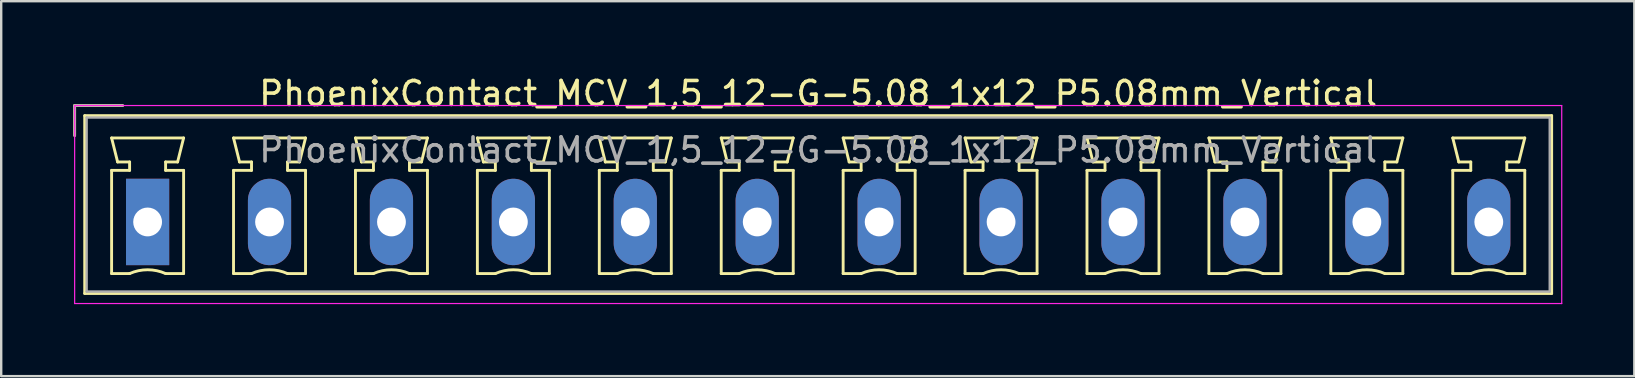
<source format=kicad_pcb>
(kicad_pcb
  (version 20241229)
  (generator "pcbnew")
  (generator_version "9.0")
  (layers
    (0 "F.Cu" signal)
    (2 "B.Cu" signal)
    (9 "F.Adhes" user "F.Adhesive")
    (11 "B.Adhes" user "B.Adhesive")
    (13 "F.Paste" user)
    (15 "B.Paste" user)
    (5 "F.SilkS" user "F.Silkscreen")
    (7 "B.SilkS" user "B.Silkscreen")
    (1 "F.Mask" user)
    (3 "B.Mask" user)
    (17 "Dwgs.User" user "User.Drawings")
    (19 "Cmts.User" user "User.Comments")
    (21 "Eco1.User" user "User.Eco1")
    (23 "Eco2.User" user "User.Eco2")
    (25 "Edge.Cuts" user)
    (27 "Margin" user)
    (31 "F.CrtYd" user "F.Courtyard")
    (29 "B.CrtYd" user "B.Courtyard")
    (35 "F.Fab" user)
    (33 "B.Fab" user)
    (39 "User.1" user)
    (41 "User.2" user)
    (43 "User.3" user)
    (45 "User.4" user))
  (footprint "PhoenixContact_MCV_1,5_12-G-5.08_1x12_P5.08mm_Vertical"
    (layer "F.Cu")
    (at 3.1 6.198)
    (property "Reference" "PhoenixContact_MCV_1,5_12-G-5.08_1x12_P5.08mm_Vertical" (at 27.94 -5.35 0) (layer "F.SilkS") (effects (font (size 1 1) (thickness 0.15))))
    (attr through_hole)
    (fp_line (start -3.04 -4.85) (end -1.04 -4.85) (stroke (width 0.12) (type solid)) (layer "F.SilkS"))
    (fp_line (start -3.04 -3.6) (end -3.04 -4.85) (stroke (width 0.12) (type solid)) (layer "F.SilkS"))
    (fp_line (start -2.62 -4.43) (end -2.62 2.98) (stroke (width 0.12) (type solid)) (layer "F.SilkS"))
    (fp_line (start -2.62 2.98) (end 58.5 2.98) (stroke (width 0.12) (type solid)) (layer "F.SilkS"))
    (fp_line (start -1.5 -3.5) (end 1.5 -3.5) (stroke (width 0.12) (type solid)) (layer "F.SilkS"))
    (fp_line (start -1.5 -2.15) (end -0.75 -2.15) (stroke (width 0.12) (type solid)) (layer "F.SilkS"))
    (fp_line (start -1.5 2.15) (end -1.5 -2.15) (stroke (width 0.12) (type solid)) (layer "F.SilkS"))
    (fp_line (start -1.25 -2.5) (end -1.5 -3.5) (stroke (width 0.12) (type solid)) (layer "F.SilkS"))
    (fp_line (start -0.75 -2.5) (end -1.25 -2.5) (stroke (width 0.12) (type solid)) (layer "F.SilkS"))
    (fp_line (start -0.75 -2.15) (end -0.75 -2.5) (stroke (width 0.12) (type solid)) (layer "F.SilkS"))
    (fp_line (start -0.75 2.15) (end -1.5 2.15) (stroke (width 0.12) (type solid)) (layer "F.SilkS"))
    (fp_line (start 0.75 -2.5) (end 0.75 -2.15) (stroke (width 0.12) (type solid)) (layer "F.SilkS"))
    (fp_line (start 0.75 -2.15) (end 1.5 -2.15) (stroke (width 0.12) (type solid)) (layer "F.SilkS"))
    (fp_line (start 1.25 -2.5) (end 0.75 -2.5) (stroke (width 0.12) (type solid)) (layer "F.SilkS"))
    (fp_line (start 1.5 -3.5) (end 1.25 -2.5) (stroke (width 0.12) (type solid)) (layer "F.SilkS"))
    (fp_line (start 1.5 -2.15) (end 1.5 2.15) (stroke (width 0.12) (type solid)) (layer "F.SilkS"))
    (fp_line (start 1.5 2.15) (end 0.75 2.15) (stroke (width 0.12) (type solid)) (layer "F.SilkS"))
    (fp_line (start 3.58 -3.5) (end 6.58 -3.5) (stroke (width 0.12) (type solid)) (layer "F.SilkS"))
    (fp_line (start 3.58 -2.15) (end 4.33 -2.15) (stroke (width 0.12) (type solid)) (layer "F.SilkS"))
    (fp_line (start 3.58 2.15) (end 3.58 -2.15) (stroke (width 0.12) (type solid)) (layer "F.SilkS"))
    (fp_line (start 3.83 -2.5) (end 3.58 -3.5) (stroke (width 0.12) (type solid)) (layer "F.SilkS"))
    (fp_line (start 4.33 -2.5) (end 3.83 -2.5) (stroke (width 0.12) (type solid)) (layer "F.SilkS"))
    (fp_line (start 4.33 -2.15) (end 4.33 -2.5) (stroke (width 0.12) (type solid)) (layer "F.SilkS"))
    (fp_line (start 4.33 2.15) (end 3.58 2.15) (stroke (width 0.12) (type solid)) (layer "F.SilkS"))
    (fp_line (start 5.83 -2.5) (end 5.83 -2.15) (stroke (width 0.12) (type solid)) (layer "F.SilkS"))
    (fp_line (start 5.83 -2.15) (end 6.58 -2.15) (stroke (width 0.12) (type solid)) (layer "F.SilkS"))
    (fp_line (start 6.33 -2.5) (end 5.83 -2.5) (stroke (width 0.12) (type solid)) (layer "F.SilkS"))
    (fp_line (start 6.58 -3.5) (end 6.33 -2.5) (stroke (width 0.12) (type solid)) (layer "F.SilkS"))
    (fp_line (start 6.58 -2.15) (end 6.58 2.15) (stroke (width 0.12) (type solid)) (layer "F.SilkS"))
    (fp_line (start 6.58 2.15) (end 5.83 2.15) (stroke (width 0.12) (type solid)) (layer "F.SilkS"))
    (fp_line (start 8.66 -3.5) (end 11.66 -3.5) (stroke (width 0.12) (type solid)) (layer "F.SilkS"))
    (fp_line (start 8.66 -2.15) (end 9.41 -2.15) (stroke (width 0.12) (type solid)) (layer "F.SilkS"))
    (fp_line (start 8.66 2.15) (end 8.66 -2.15) (stroke (width 0.12) (type solid)) (layer "F.SilkS"))
    (fp_line (start 8.91 -2.5) (end 8.66 -3.5) (stroke (width 0.12) (type solid)) (layer "F.SilkS"))
    (fp_line (start 9.41 -2.5) (end 8.91 -2.5) (stroke (width 0.12) (type solid)) (layer "F.SilkS"))
    (fp_line (start 9.41 -2.15) (end 9.41 -2.5) (stroke (width 0.12) (type solid)) (layer "F.SilkS"))
    (fp_line (start 9.41 2.15) (end 8.66 2.15) (stroke (width 0.12) (type solid)) (layer "F.SilkS"))
    (fp_line (start 10.91 -2.5) (end 10.91 -2.15) (stroke (width 0.12) (type solid)) (layer "F.SilkS"))
    (fp_line (start 10.91 -2.15) (end 11.66 -2.15) (stroke (width 0.12) (type solid)) (layer "F.SilkS"))
    (fp_line (start 11.41 -2.5) (end 10.91 -2.5) (stroke (width 0.12) (type solid)) (layer "F.SilkS"))
    (fp_line (start 11.66 -3.5) (end 11.41 -2.5) (stroke (width 0.12) (type solid)) (layer "F.SilkS"))
    (fp_line (start 11.66 -2.15) (end 11.66 2.15) (stroke (width 0.12) (type solid)) (layer "F.SilkS"))
    (fp_line (start 11.66 2.15) (end 10.91 2.15) (stroke (width 0.12) (type solid)) (layer "F.SilkS"))
    (fp_line (start 13.74 -3.5) (end 16.74 -3.5) (stroke (width 0.12) (type solid)) (layer "F.SilkS"))
    (fp_line (start 13.74 -2.15) (end 14.49 -2.15) (stroke (width 0.12) (type solid)) (layer "F.SilkS"))
    (fp_line (start 13.74 2.15) (end 13.74 -2.15) (stroke (width 0.12) (type solid)) (layer "F.SilkS"))
    (fp_line (start 13.99 -2.5) (end 13.74 -3.5) (stroke (width 0.12) (type solid)) (layer "F.SilkS"))
    (fp_line (start 14.49 -2.5) (end 13.99 -2.5) (stroke (width 0.12) (type solid)) (layer "F.SilkS"))
    (fp_line (start 14.49 -2.15) (end 14.49 -2.5) (stroke (width 0.12) (type solid)) (layer "F.SilkS"))
    (fp_line (start 14.49 2.15) (end 13.74 2.15) (stroke (width 0.12) (type solid)) (layer "F.SilkS"))
    (fp_line (start 15.99 -2.5) (end 15.99 -2.15) (stroke (width 0.12) (type solid)) (layer "F.SilkS"))
    (fp_line (start 15.99 -2.15) (end 16.74 -2.15) (stroke (width 0.12) (type solid)) (layer "F.SilkS"))
    (fp_line (start 16.49 -2.5) (end 15.99 -2.5) (stroke (width 0.12) (type solid)) (layer "F.SilkS"))
    (fp_line (start 16.74 -3.5) (end 16.49 -2.5) (stroke (width 0.12) (type solid)) (layer "F.SilkS"))
    (fp_line (start 16.74 -2.15) (end 16.74 2.15) (stroke (width 0.12) (type solid)) (layer "F.SilkS"))
    (fp_line (start 16.74 2.15) (end 15.99 2.15) (stroke (width 0.12) (type solid)) (layer "F.SilkS"))
    (fp_line (start 18.82 -3.5) (end 21.82 -3.5) (stroke (width 0.12) (type solid)) (layer "F.SilkS"))
    (fp_line (start 18.82 -2.15) (end 19.57 -2.15) (stroke (width 0.12) (type solid)) (layer "F.SilkS"))
    (fp_line (start 18.82 2.15) (end 18.82 -2.15) (stroke (width 0.12) (type solid)) (layer "F.SilkS"))
    (fp_line (start 19.07 -2.5) (end 18.82 -3.5) (stroke (width 0.12) (type solid)) (layer "F.SilkS"))
    (fp_line (start 19.57 -2.5) (end 19.07 -2.5) (stroke (width 0.12) (type solid)) (layer "F.SilkS"))
    (fp_line (start 19.57 -2.15) (end 19.57 -2.5) (stroke (width 0.12) (type solid)) (layer "F.SilkS"))
    (fp_line (start 19.57 2.15) (end 18.82 2.15) (stroke (width 0.12) (type solid)) (layer "F.SilkS"))
    (fp_line (start 21.07 -2.5) (end 21.07 -2.15) (stroke (width 0.12) (type solid)) (layer "F.SilkS"))
    (fp_line (start 21.07 -2.15) (end 21.82 -2.15) (stroke (width 0.12) (type solid)) (layer "F.SilkS"))
    (fp_line (start 21.57 -2.5) (end 21.07 -2.5) (stroke (width 0.12) (type solid)) (layer "F.SilkS"))
    (fp_line (start 21.82 -3.5) (end 21.57 -2.5) (stroke (width 0.12) (type solid)) (layer "F.SilkS"))
    (fp_line (start 21.82 -2.15) (end 21.82 2.15) (stroke (width 0.12) (type solid)) (layer "F.SilkS"))
    (fp_line (start 21.82 2.15) (end 21.07 2.15) (stroke (width 0.12) (type solid)) (layer "F.SilkS"))
    (fp_line (start 23.9 -3.5) (end 26.9 -3.5) (stroke (width 0.12) (type solid)) (layer "F.SilkS"))
    (fp_line (start 23.9 -2.15) (end 24.65 -2.15) (stroke (width 0.12) (type solid)) (layer "F.SilkS"))
    (fp_line (start 23.9 2.15) (end 23.9 -2.15) (stroke (width 0.12) (type solid)) (layer "F.SilkS"))
    (fp_line (start 24.15 -2.5) (end 23.9 -3.5) (stroke (width 0.12) (type solid)) (layer "F.SilkS"))
    (fp_line (start 24.65 -2.5) (end 24.15 -2.5) (stroke (width 0.12) (type solid)) (layer "F.SilkS"))
    (fp_line (start 24.65 -2.15) (end 24.65 -2.5) (stroke (width 0.12) (type solid)) (layer "F.SilkS"))
    (fp_line (start 24.65 2.15) (end 23.9 2.15) (stroke (width 0.12) (type solid)) (layer "F.SilkS"))
    (fp_line (start 26.15 -2.5) (end 26.15 -2.15) (stroke (width 0.12) (type solid)) (layer "F.SilkS"))
    (fp_line (start 26.15 -2.15) (end 26.9 -2.15) (stroke (width 0.12) (type solid)) (layer "F.SilkS"))
    (fp_line (start 26.65 -2.5) (end 26.15 -2.5) (stroke (width 0.12) (type solid)) (layer "F.SilkS"))
    (fp_line (start 26.9 -3.5) (end 26.65 -2.5) (stroke (width 0.12) (type solid)) (layer "F.SilkS"))
    (fp_line (start 26.9 -2.15) (end 26.9 2.15) (stroke (width 0.12) (type solid)) (layer "F.SilkS"))
    (fp_line (start 26.9 2.15) (end 26.15 2.15) (stroke (width 0.12) (type solid)) (layer "F.SilkS"))
    (fp_line (start 28.98 -3.5) (end 31.98 -3.5) (stroke (width 0.12) (type solid)) (layer "F.SilkS"))
    (fp_line (start 28.98 -2.15) (end 29.73 -2.15) (stroke (width 0.12) (type solid)) (layer "F.SilkS"))
    (fp_line (start 28.98 2.15) (end 28.98 -2.15) (stroke (width 0.12) (type solid)) (layer "F.SilkS"))
    (fp_line (start 29.23 -2.5) (end 28.98 -3.5) (stroke (width 0.12) (type solid)) (layer "F.SilkS"))
    (fp_line (start 29.73 -2.5) (end 29.23 -2.5) (stroke (width 0.12) (type solid)) (layer "F.SilkS"))
    (fp_line (start 29.73 -2.15) (end 29.73 -2.5) (stroke (width 0.12) (type solid)) (layer "F.SilkS"))
    (fp_line (start 29.73 2.15) (end 28.98 2.15) (stroke (width 0.12) (type solid)) (layer "F.SilkS"))
    (fp_line (start 31.23 -2.5) (end 31.23 -2.15) (stroke (width 0.12) (type solid)) (layer "F.SilkS"))
    (fp_line (start 31.23 -2.15) (end 31.98 -2.15) (stroke (width 0.12) (type solid)) (layer "F.SilkS"))
    (fp_line (start 31.73 -2.5) (end 31.23 -2.5) (stroke (width 0.12) (type solid)) (layer "F.SilkS"))
    (fp_line (start 31.98 -3.5) (end 31.73 -2.5) (stroke (width 0.12) (type solid)) (layer "F.SilkS"))
    (fp_line (start 31.98 -2.15) (end 31.98 2.15) (stroke (width 0.12) (type solid)) (layer "F.SilkS"))
    (fp_line (start 31.98 2.15) (end 31.23 2.15) (stroke (width 0.12) (type solid)) (layer "F.SilkS"))
    (fp_line (start 34.06 -3.5) (end 37.06 -3.5) (stroke (width 0.12) (type solid)) (layer "F.SilkS"))
    (fp_line (start 34.06 -2.15) (end 34.81 -2.15) (stroke (width 0.12) (type solid)) (layer "F.SilkS"))
    (fp_line (start 34.06 2.15) (end 34.06 -2.15) (stroke (width 0.12) (type solid)) (layer "F.SilkS"))
    (fp_line (start 34.31 -2.5) (end 34.06 -3.5) (stroke (width 0.12) (type solid)) (layer "F.SilkS"))
    (fp_line (start 34.81 -2.5) (end 34.31 -2.5) (stroke (width 0.12) (type solid)) (layer "F.SilkS"))
    (fp_line (start 34.81 -2.15) (end 34.81 -2.5) (stroke (width 0.12) (type solid)) (layer "F.SilkS"))
    (fp_line (start 34.81 2.15) (end 34.06 2.15) (stroke (width 0.12) (type solid)) (layer "F.SilkS"))
    (fp_line (start 36.31 -2.5) (end 36.31 -2.15) (stroke (width 0.12) (type solid)) (layer "F.SilkS"))
    (fp_line (start 36.31 -2.15) (end 37.06 -2.15) (stroke (width 0.12) (type solid)) (layer "F.SilkS"))
    (fp_line (start 36.81 -2.5) (end 36.31 -2.5) (stroke (width 0.12) (type solid)) (layer "F.SilkS"))
    (fp_line (start 37.06 -3.5) (end 36.81 -2.5) (stroke (width 0.12) (type solid)) (layer "F.SilkS"))
    (fp_line (start 37.06 -2.15) (end 37.06 2.15) (stroke (width 0.12) (type solid)) (layer "F.SilkS"))
    (fp_line (start 37.06 2.15) (end 36.31 2.15) (stroke (width 0.12) (type solid)) (layer "F.SilkS"))
    (fp_line (start 39.14 -3.5) (end 42.14 -3.5) (stroke (width 0.12) (type solid)) (layer "F.SilkS"))
    (fp_line (start 39.14 -2.15) (end 39.89 -2.15) (stroke (width 0.12) (type solid)) (layer "F.SilkS"))
    (fp_line (start 39.14 2.15) (end 39.14 -2.15) (stroke (width 0.12) (type solid)) (layer "F.SilkS"))
    (fp_line (start 39.39 -2.5) (end 39.14 -3.5) (stroke (width 0.12) (type solid)) (layer "F.SilkS"))
    (fp_line (start 39.89 -2.5) (end 39.39 -2.5) (stroke (width 0.12) (type solid)) (layer "F.SilkS"))
    (fp_line (start 39.89 -2.15) (end 39.89 -2.5) (stroke (width 0.12) (type solid)) (layer "F.SilkS"))
    (fp_line (start 39.89 2.15) (end 39.14 2.15) (stroke (width 0.12) (type solid)) (layer "F.SilkS"))
    (fp_line (start 41.39 -2.5) (end 41.39 -2.15) (stroke (width 0.12) (type solid)) (layer "F.SilkS"))
    (fp_line (start 41.39 -2.15) (end 42.14 -2.15) (stroke (width 0.12) (type solid)) (layer "F.SilkS"))
    (fp_line (start 41.89 -2.5) (end 41.39 -2.5) (stroke (width 0.12) (type solid)) (layer "F.SilkS"))
    (fp_line (start 42.14 -3.5) (end 41.89 -2.5) (stroke (width 0.12) (type solid)) (layer "F.SilkS"))
    (fp_line (start 42.14 -2.15) (end 42.14 2.15) (stroke (width 0.12) (type solid)) (layer "F.SilkS"))
    (fp_line (start 42.14 2.15) (end 41.39 2.15) (stroke (width 0.12) (type solid)) (layer "F.SilkS"))
    (fp_line (start 44.22 -3.5) (end 47.22 -3.5) (stroke (width 0.12) (type solid)) (layer "F.SilkS"))
    (fp_line (start 44.22 -2.15) (end 44.97 -2.15) (stroke (width 0.12) (type solid)) (layer "F.SilkS"))
    (fp_line (start 44.22 2.15) (end 44.22 -2.15) (stroke (width 0.12) (type solid)) (layer "F.SilkS"))
    (fp_line (start 44.47 -2.5) (end 44.22 -3.5) (stroke (width 0.12) (type solid)) (layer "F.SilkS"))
    (fp_line (start 44.97 -2.5) (end 44.47 -2.5) (stroke (width 0.12) (type solid)) (layer "F.SilkS"))
    (fp_line (start 44.97 -2.15) (end 44.97 -2.5) (stroke (width 0.12) (type solid)) (layer "F.SilkS"))
    (fp_line (start 44.97 2.15) (end 44.22 2.15) (stroke (width 0.12) (type solid)) (layer "F.SilkS"))
    (fp_line (start 46.47 -2.5) (end 46.47 -2.15) (stroke (width 0.12) (type solid)) (layer "F.SilkS"))
    (fp_line (start 46.47 -2.15) (end 47.22 -2.15) (stroke (width 0.12) (type solid)) (layer "F.SilkS"))
    (fp_line (start 46.97 -2.5) (end 46.47 -2.5) (stroke (width 0.12) (type solid)) (layer "F.SilkS"))
    (fp_line (start 47.22 -3.5) (end 46.97 -2.5) (stroke (width 0.12) (type solid)) (layer "F.SilkS"))
    (fp_line (start 47.22 -2.15) (end 47.22 2.15) (stroke (width 0.12) (type solid)) (layer "F.SilkS"))
    (fp_line (start 47.22 2.15) (end 46.47 2.15) (stroke (width 0.12) (type solid)) (layer "F.SilkS"))
    (fp_line (start 49.3 -3.5) (end 52.3 -3.5) (stroke (width 0.12) (type solid)) (layer "F.SilkS"))
    (fp_line (start 49.3 -2.15) (end 50.05 -2.15) (stroke (width 0.12) (type solid)) (layer "F.SilkS"))
    (fp_line (start 49.3 2.15) (end 49.3 -2.15) (stroke (width 0.12) (type solid)) (layer "F.SilkS"))
    (fp_line (start 49.55 -2.5) (end 49.3 -3.5) (stroke (width 0.12) (type solid)) (layer "F.SilkS"))
    (fp_line (start 50.05 -2.5) (end 49.55 -2.5) (stroke (width 0.12) (type solid)) (layer "F.SilkS"))
    (fp_line (start 50.05 -2.15) (end 50.05 -2.5) (stroke (width 0.12) (type solid)) (layer "F.SilkS"))
    (fp_line (start 50.05 2.15) (end 49.3 2.15) (stroke (width 0.12) (type solid)) (layer "F.SilkS"))
    (fp_line (start 51.55 -2.5) (end 51.55 -2.15) (stroke (width 0.12) (type solid)) (layer "F.SilkS"))
    (fp_line (start 51.55 -2.15) (end 52.3 -2.15) (stroke (width 0.12) (type solid)) (layer "F.SilkS"))
    (fp_line (start 52.05 -2.5) (end 51.55 -2.5) (stroke (width 0.12) (type solid)) (layer "F.SilkS"))
    (fp_line (start 52.3 -3.5) (end 52.05 -2.5) (stroke (width 0.12) (type solid)) (layer "F.SilkS"))
    (fp_line (start 52.3 -2.15) (end 52.3 2.15) (stroke (width 0.12) (type solid)) (layer "F.SilkS"))
    (fp_line (start 52.3 2.15) (end 51.55 2.15) (stroke (width 0.12) (type solid)) (layer "F.SilkS"))
    (fp_line (start 54.38 -3.5) (end 57.38 -3.5) (stroke (width 0.12) (type solid)) (layer "F.SilkS"))
    (fp_line (start 54.38 -2.15) (end 55.13 -2.15) (stroke (width 0.12) (type solid)) (layer "F.SilkS"))
    (fp_line (start 54.38 2.15) (end 54.38 -2.15) (stroke (width 0.12) (type solid)) (layer "F.SilkS"))
    (fp_line (start 54.63 -2.5) (end 54.38 -3.5) (stroke (width 0.12) (type solid)) (layer "F.SilkS"))
    (fp_line (start 55.13 -2.5) (end 54.63 -2.5) (stroke (width 0.12) (type solid)) (layer "F.SilkS"))
    (fp_line (start 55.13 -2.15) (end 55.13 -2.5) (stroke (width 0.12) (type solid)) (layer "F.SilkS"))
    (fp_line (start 55.13 2.15) (end 54.38 2.15) (stroke (width 0.12) (type solid)) (layer "F.SilkS"))
    (fp_line (start 56.63 -2.5) (end 56.63 -2.15) (stroke (width 0.12) (type solid)) (layer "F.SilkS"))
    (fp_line (start 56.63 -2.15) (end 57.38 -2.15) (stroke (width 0.12) (type solid)) (layer "F.SilkS"))
    (fp_line (start 57.13 -2.5) (end 56.63 -2.5) (stroke (width 0.12) (type solid)) (layer "F.SilkS"))
    (fp_line (start 57.38 -3.5) (end 57.13 -2.5) (stroke (width 0.12) (type solid)) (layer "F.SilkS"))
    (fp_line (start 57.38 -2.15) (end 57.38 2.15) (stroke (width 0.12) (type solid)) (layer "F.SilkS"))
    (fp_line (start 57.38 2.15) (end 56.63 2.15) (stroke (width 0.12) (type solid)) (layer "F.SilkS"))
    (fp_line (start 58.5 -4.43) (end -2.62 -4.43) (stroke (width 0.12) (type solid)) (layer "F.SilkS"))
    (fp_line (start 58.5 2.98) (end 58.5 -4.43) (stroke (width 0.12) (type solid)) (layer "F.SilkS"))
    (fp_arc (start -0.75 2.15) (mid -0.000193 1.99191) (end 0.749647 2.149844) (stroke (width 0.12) (type solid)) (layer "F.SilkS"))
    (fp_arc (start 4.33 2.15) (mid 5.079807 1.99191) (end 5.829647 2.149844) (stroke (width 0.12) (type solid)) (layer "F.SilkS"))
    (fp_arc (start 9.41 2.15) (mid 10.159807 1.99191) (end 10.909647 2.149844) (stroke (width 0.12) (type solid)) (layer "F.SilkS"))
    (fp_arc (start 14.49 2.15) (mid 15.239807 1.99191) (end 15.989647 2.149844) (stroke (width 0.12) (type solid)) (layer "F.SilkS"))
    (fp_arc (start 19.57 2.15) (mid 20.319807 1.99191) (end 21.069647 2.149844) (stroke (width 0.12) (type solid)) (layer "F.SilkS"))
    (fp_arc (start 24.65 2.15) (mid 25.399807 1.99191) (end 26.149647 2.149844) (stroke (width 0.12) (type solid)) (layer "F.SilkS"))
    (fp_arc (start 29.73 2.15) (mid 30.479807 1.99191) (end 31.229647 2.149844) (stroke (width 0.12) (type solid)) (layer "F.SilkS"))
    (fp_arc (start 34.81 2.15) (mid 35.559807 1.99191) (end 36.309647 2.149844) (stroke (width 0.12) (type solid)) (layer "F.SilkS"))
    (fp_arc (start 39.89 2.15) (mid 40.639807 1.99191) (end 41.389647 2.149844) (stroke (width 0.12) (type solid)) (layer "F.SilkS"))
    (fp_arc (start 44.97 2.15) (mid 45.719807 1.99191) (end 46.469647 2.149844) (stroke (width 0.12) (type solid)) (layer "F.SilkS"))
    (fp_arc (start 50.05 2.15) (mid 50.799807 1.99191) (end 51.549647 2.149844) (stroke (width 0.12) (type solid)) (layer "F.SilkS"))
    (fp_arc (start 55.13 2.15) (mid 55.879807 1.99191) (end 56.629647 2.149844) (stroke (width 0.12) (type solid)) (layer "F.SilkS"))
    (fp_line (start -3.04 -4.85) (end -3.04 3.4) (stroke (width 0.05) (type solid)) (layer "F.CrtYd"))
    (fp_line (start -3.04 3.4) (end 58.92 3.4) (stroke (width 0.05) (type solid)) (layer "F.CrtYd"))
    (fp_line (start 58.92 -4.85) (end -3.04 -4.85) (stroke (width 0.05) (type solid)) (layer "F.CrtYd"))
    (fp_line (start 58.92 3.4) (end 58.92 -4.85) (stroke (width 0.05) (type solid)) (layer "F.CrtYd"))
    (fp_line (start -3.04 -4.85) (end -1.04 -4.85) (stroke (width 0.1) (type solid)) (layer "F.Fab"))
    (fp_line (start -3.04 -3.6) (end -3.04 -4.85) (stroke (width 0.1) (type solid)) (layer "F.Fab"))
    (fp_line (start -2.54 -4.35) (end -2.54 2.9) (stroke (width 0.1) (type solid)) (layer "F.Fab"))
    (fp_line (start -2.54 2.9) (end 58.42 2.9) (stroke (width 0.1) (type solid)) (layer "F.Fab"))
    (fp_line (start 58.42 -4.35) (end -2.54 -4.35) (stroke (width 0.1) (type solid)) (layer "F.Fab"))
    (fp_line (start 58.42 2.9) (end 58.42 -4.35) (stroke (width 0.1) (type solid)) (layer "F.Fab"))
    (fp_text user "${REFERENCE}" (at 27.94 -3 0) (layer "F.Fab") (effects (font (size 1 1) (thickness 0.15))))
    (pad "1" thru_hole rect (at 0 0) (size 1.8 3.6) (drill 1.2) (layers "*.Cu" "*.Mask"))
    (pad "2" thru_hole oval (at 5.08 0) (size 1.8 3.6) (drill 1.2) (layers "*.Cu" "*.Mask"))
    (pad "3" thru_hole oval (at 10.16 0) (size 1.8 3.6) (drill 1.2) (layers "*.Cu" "*.Mask"))
    (pad "4" thru_hole oval (at 15.24 0) (size 1.8 3.6) (drill 1.2) (layers "*.Cu" "*.Mask"))
    (pad "5" thru_hole oval (at 20.32 0) (size 1.8 3.6) (drill 1.2) (layers "*.Cu" "*.Mask"))
    (pad "6" thru_hole oval (at 25.4 0) (size 1.8 3.6) (drill 1.2) (layers "*.Cu" "*.Mask"))
    (pad "7" thru_hole oval (at 30.48 0) (size 1.8 3.6) (drill 1.2) (layers "*.Cu" "*.Mask"))
    (pad "8" thru_hole oval (at 35.56 0) (size 1.8 3.6) (drill 1.2) (layers "*.Cu" "*.Mask"))
    (pad "9" thru_hole oval (at 40.64 0) (size 1.8 3.6) (drill 1.2) (layers "*.Cu" "*.Mask"))
    (pad "10" thru_hole oval (at 45.72 0) (size 1.8 3.6) (drill 1.2) (layers "*.Cu" "*.Mask"))
    (pad "11" thru_hole oval (at 50.8 0) (size 1.8 3.6) (drill 1.2) (layers "*.Cu" "*.Mask"))
    (pad "12" thru_hole oval (at 55.88 0) (size 1.8 3.6) (drill 1.2) (layers "*.Cu" "*.Mask")))
  (gr_rect
    (start -3 -3)
    (end 65.045 12.623)
    (stroke (width 0.1) (type default))
    (fill no)
    (layer "Edge.Cuts")))
</source>
